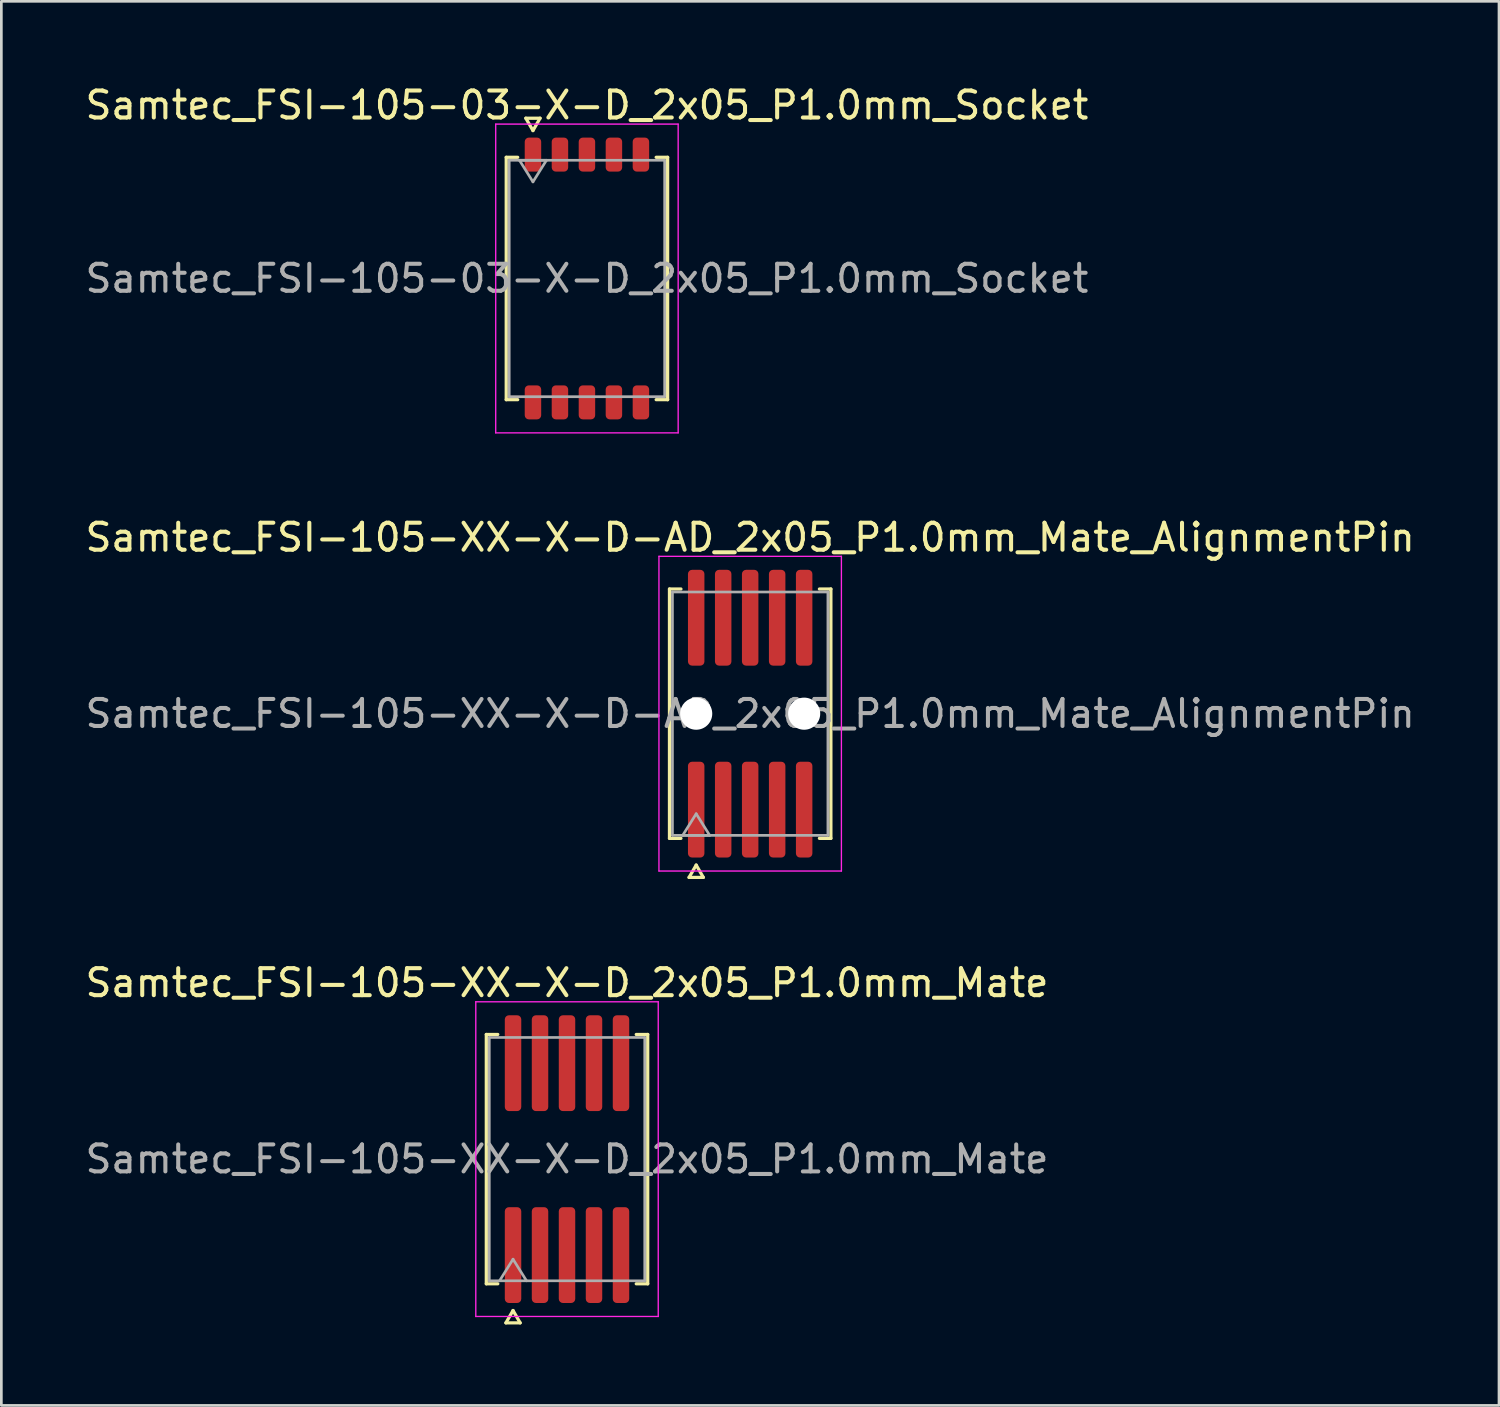
<source format=kicad_pcb>
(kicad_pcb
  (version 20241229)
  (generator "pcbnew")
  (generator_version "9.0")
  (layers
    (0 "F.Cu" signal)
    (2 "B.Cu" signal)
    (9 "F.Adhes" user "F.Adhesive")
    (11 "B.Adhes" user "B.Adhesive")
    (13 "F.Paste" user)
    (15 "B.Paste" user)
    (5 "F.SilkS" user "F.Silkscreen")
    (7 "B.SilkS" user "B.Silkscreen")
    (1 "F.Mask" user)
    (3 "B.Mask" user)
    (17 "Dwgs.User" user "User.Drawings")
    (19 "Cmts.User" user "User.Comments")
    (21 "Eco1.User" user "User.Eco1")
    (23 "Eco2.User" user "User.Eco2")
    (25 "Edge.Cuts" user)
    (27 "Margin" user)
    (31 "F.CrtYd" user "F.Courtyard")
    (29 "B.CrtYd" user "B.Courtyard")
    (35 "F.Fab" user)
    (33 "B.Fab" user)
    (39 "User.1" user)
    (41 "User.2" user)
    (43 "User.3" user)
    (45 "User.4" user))
  (footprint "Samtec_FSI-105-XX-X-D-AD_2x05_P1.0mm_Mate_AlignmentPin"
    (layer "F.Cu")
    (at 24.744 23.392)
    (property "Reference" "Samtec_FSI-105-XX-X-D-AD_2x05_P1.0mm_Mate_AlignmentPin" (at 0 -6.53 0) (layer "F.SilkS") (effects (font (size 1 1) (thickness 0.15))))
    (attr smd exclude_from_pos_files exclude_from_bom)
    (fp_line (start -2.99 -4.619) (end -2.565 -4.619) (stroke (width 0.12) (type solid)) (layer "F.SilkS"))
    (fp_line (start -2.99 4.619) (end -2.99 -4.619) (stroke (width 0.12) (type solid)) (layer "F.SilkS"))
    (fp_line (start -2.565 4.619) (end -2.99 4.619) (stroke (width 0.12) (type solid)) (layer "F.SilkS"))
    (fp_line (start -2.264 6.066) (end -2 5.609) (stroke (width 0.12) (type solid)) (layer "F.SilkS"))
    (fp_line (start -2 5.609) (end -1.736 6.066) (stroke (width 0.12) (type solid)) (layer "F.SilkS"))
    (fp_line (start -1.736 6.066) (end -2.264 6.066) (stroke (width 0.12) (type solid)) (layer "F.SilkS"))
    (fp_line (start 2.565 -4.619) (end 2.99 -4.619) (stroke (width 0.12) (type solid)) (layer "F.SilkS"))
    (fp_line (start 2.99 -4.619) (end 2.99 4.619) (stroke (width 0.12) (type solid)) (layer "F.SilkS"))
    (fp_line (start 2.99 4.619) (end 2.565 4.619) (stroke (width 0.12) (type solid)) (layer "F.SilkS"))
    (fp_line (start -3.38 -5.83) (end -3.38 5.83) (stroke (width 0.05) (type solid)) (layer "F.CrtYd"))
    (fp_line (start -3.38 5.83) (end 3.38 5.83) (stroke (width 0.05) (type solid)) (layer "F.CrtYd"))
    (fp_line (start 3.38 -5.83) (end -3.38 -5.83) (stroke (width 0.05) (type solid)) (layer "F.CrtYd"))
    (fp_line (start 3.38 5.83) (end 3.38 -5.83) (stroke (width 0.05) (type solid)) (layer "F.CrtYd"))
    (fp_line (start -2.88 -4.508) (end 2.88 -4.508) (stroke (width 0.1) (type solid)) (layer "F.Fab"))
    (fp_line (start -2.88 4.508) (end -2.88 -4.508) (stroke (width 0.1) (type solid)) (layer "F.Fab"))
    (fp_line (start -2.5 4.508) (end -2 3.708) (stroke (width 0.1) (type solid)) (layer "F.Fab"))
    (fp_line (start -2 3.708) (end -1.5 4.508) (stroke (width 0.1) (type solid)) (layer "F.Fab"))
    (fp_line (start -1.5 4.508) (end -2.5 4.508) (stroke (width 0.1) (type solid)) (layer "F.Fab"))
    (fp_line (start 2.88 -4.508) (end 2.88 4.508) (stroke (width 0.1) (type solid)) (layer "F.Fab"))
    (fp_line (start 2.88 4.508) (end -2.88 4.508) (stroke (width 0.1) (type solid)) (layer "F.Fab"))
    (fp_text user "${REFERENCE}" (at 0 0 0) (layer "F.Fab") (effects (font (size 1 1) (thickness 0.15))))
    (pad "" np_thru_hole circle (at -2 0) (size 1.19 1.19) (drill 1.19) (layers "*.Cu" "*.Mask"))
    (pad "" np_thru_hole circle (at 2 0) (size 1.19 1.19) (drill 1.19) (layers "*.Cu" "*.Mask"))
    (pad "1" smd roundrect (at -2 3.555) (size 0.61 3.55) (layers "F.Cu" "F.Mask") (roundrect_rratio 0.25))
    (pad "2" smd roundrect (at -2 -3.555) (size 0.61 3.55) (layers "F.Cu" "F.Mask") (roundrect_rratio 0.25))
    (pad "3" smd roundrect (at -1 3.555) (size 0.61 3.55) (layers "F.Cu" "F.Mask") (roundrect_rratio 0.25))
    (pad "4" smd roundrect (at -1 -3.555) (size 0.61 3.55) (layers "F.Cu" "F.Mask") (roundrect_rratio 0.25))
    (pad "5" smd roundrect (at 0 3.555) (size 0.61 3.55) (layers "F.Cu" "F.Mask") (roundrect_rratio 0.25))
    (pad "6" smd roundrect (at 0 -3.555) (size 0.61 3.55) (layers "F.Cu" "F.Mask") (roundrect_rratio 0.25))
    (pad "7" smd roundrect (at 1 3.555) (size 0.61 3.55) (layers "F.Cu" "F.Mask") (roundrect_rratio 0.25))
    (pad "8" smd roundrect (at 1 -3.555) (size 0.61 3.55) (layers "F.Cu" "F.Mask") (roundrect_rratio 0.25))
    (pad "9" smd roundrect (at 2 3.555) (size 0.61 3.55) (layers "F.Cu" "F.Mask") (roundrect_rratio 0.25))
    (pad "10" smd roundrect (at 2 -3.555) (size 0.61 3.55) (layers "F.Cu" "F.Mask") (roundrect_rratio 0.25)))
  (footprint "Samtec_FSI-105-XX-X-D_2x05_P1.0mm_Mate"
    (layer "F.Cu")
    (at 17.958 39.896)
    (property "Reference" "Samtec_FSI-105-XX-X-D_2x05_P1.0mm_Mate" (at 0 -6.53 0) (layer "F.SilkS") (effects (font (size 1 1) (thickness 0.15))))
    (attr smd exclude_from_pos_files exclude_from_bom)
    (fp_line (start -2.99 -4.619) (end -2.565 -4.619) (stroke (width 0.12) (type solid)) (layer "F.SilkS"))
    (fp_line (start -2.99 4.619) (end -2.99 -4.619) (stroke (width 0.12) (type solid)) (layer "F.SilkS"))
    (fp_line (start -2.565 4.619) (end -2.99 4.619) (stroke (width 0.12) (type solid)) (layer "F.SilkS"))
    (fp_line (start -2.264 6.066) (end -2 5.609) (stroke (width 0.12) (type solid)) (layer "F.SilkS"))
    (fp_line (start -2 5.609) (end -1.736 6.066) (stroke (width 0.12) (type solid)) (layer "F.SilkS"))
    (fp_line (start -1.736 6.066) (end -2.264 6.066) (stroke (width 0.12) (type solid)) (layer "F.SilkS"))
    (fp_line (start 2.565 -4.619) (end 2.99 -4.619) (stroke (width 0.12) (type solid)) (layer "F.SilkS"))
    (fp_line (start 2.99 -4.619) (end 2.99 4.619) (stroke (width 0.12) (type solid)) (layer "F.SilkS"))
    (fp_line (start 2.99 4.619) (end 2.565 4.619) (stroke (width 0.12) (type solid)) (layer "F.SilkS"))
    (fp_line (start -3.38 -5.83) (end -3.38 5.83) (stroke (width 0.05) (type solid)) (layer "F.CrtYd"))
    (fp_line (start -3.38 5.83) (end 3.38 5.83) (stroke (width 0.05) (type solid)) (layer "F.CrtYd"))
    (fp_line (start 3.38 -5.83) (end -3.38 -5.83) (stroke (width 0.05) (type solid)) (layer "F.CrtYd"))
    (fp_line (start 3.38 5.83) (end 3.38 -5.83) (stroke (width 0.05) (type solid)) (layer "F.CrtYd"))
    (fp_line (start -2.88 -4.508) (end 2.88 -4.508) (stroke (width 0.1) (type solid)) (layer "F.Fab"))
    (fp_line (start -2.88 4.508) (end -2.88 -4.508) (stroke (width 0.1) (type solid)) (layer "F.Fab"))
    (fp_line (start -2.5 4.508) (end -2 3.708) (stroke (width 0.1) (type solid)) (layer "F.Fab"))
    (fp_line (start -2 3.708) (end -1.5 4.508) (stroke (width 0.1) (type solid)) (layer "F.Fab"))
    (fp_line (start 2.88 -4.508) (end 2.88 4.508) (stroke (width 0.1) (type solid)) (layer "F.Fab"))
    (fp_line (start 2.88 4.508) (end -2.88 4.508) (stroke (width 0.1) (type solid)) (layer "F.Fab"))
    (fp_text user "${REFERENCE}" (at 0 0 0) (layer "F.Fab") (effects (font (size 1 1) (thickness 0.15))))
    (pad "1" smd roundrect (at -2 3.555) (size 0.61 3.55) (layers "F.Cu" "F.Mask") (roundrect_rratio 0.25))
    (pad "2" smd roundrect (at -2 -3.555) (size 0.61 3.55) (layers "F.Cu" "F.Mask") (roundrect_rratio 0.25))
    (pad "3" smd roundrect (at -1 3.555) (size 0.61 3.55) (layers "F.Cu" "F.Mask") (roundrect_rratio 0.25))
    (pad "4" smd roundrect (at -1 -3.555) (size 0.61 3.55) (layers "F.Cu" "F.Mask") (roundrect_rratio 0.25))
    (pad "5" smd roundrect (at 0 3.555) (size 0.61 3.55) (layers "F.Cu" "F.Mask") (roundrect_rratio 0.25))
    (pad "6" smd roundrect (at 0 -3.555) (size 0.61 3.55) (layers "F.Cu" "F.Mask") (roundrect_rratio 0.25))
    (pad "7" smd roundrect (at 1 3.555) (size 0.61 3.55) (layers "F.Cu" "F.Mask") (roundrect_rratio 0.25))
    (pad "8" smd roundrect (at 1 -3.555) (size 0.61 3.55) (layers "F.Cu" "F.Mask") (roundrect_rratio 0.25))
    (pad "9" smd roundrect (at 2 3.555) (size 0.61 3.55) (layers "F.Cu" "F.Mask") (roundrect_rratio 0.25))
    (pad "10" smd roundrect (at 2 -3.555) (size 0.61 3.55) (layers "F.Cu" "F.Mask") (roundrect_rratio 0.25)))
  (footprint "Samtec_FSI-105-03-X-D_2x05_P1.0mm_Socket"
    (layer "F.Cu")
    (at 18.696 7.268)
    (property "Reference" "Samtec_FSI-105-03-X-D_2x05_P1.0mm_Socket" (at 0 -6.42 0) (layer "F.SilkS") (effects (font (size 1 1) (thickness 0.15))))
    (attr smd)
    (fp_line (start -2.99 -4.49) (end -2.565 -4.49) (stroke (width 0.12) (type solid)) (layer "F.SilkS"))
    (fp_line (start -2.99 4.49) (end -2.99 -4.49) (stroke (width 0.12) (type solid)) (layer "F.SilkS"))
    (fp_line (start -2.565 4.49) (end -2.99 4.49) (stroke (width 0.12) (type solid)) (layer "F.SilkS"))
    (fp_line (start -2.264 -5.938) (end -2 -5.48) (stroke (width 0.12) (type solid)) (layer "F.SilkS"))
    (fp_line (start -2 -5.48) (end -1.736 -5.938) (stroke (width 0.12) (type solid)) (layer "F.SilkS"))
    (fp_line (start -1.736 -5.938) (end -2.264 -5.938) (stroke (width 0.12) (type solid)) (layer "F.SilkS"))
    (fp_line (start 2.565 -4.49) (end 2.99 -4.49) (stroke (width 0.12) (type solid)) (layer "F.SilkS"))
    (fp_line (start 2.99 -4.49) (end 2.99 4.49) (stroke (width 0.12) (type solid)) (layer "F.SilkS"))
    (fp_line (start 2.99 4.49) (end 2.565 4.49) (stroke (width 0.12) (type solid)) (layer "F.SilkS"))
    (fp_line (start -3.38 -5.72) (end -3.38 5.72) (stroke (width 0.05) (type solid)) (layer "F.CrtYd"))
    (fp_line (start -3.38 5.72) (end 3.38 5.72) (stroke (width 0.05) (type solid)) (layer "F.CrtYd"))
    (fp_line (start 3.38 -5.72) (end -3.38 -5.72) (stroke (width 0.05) (type solid)) (layer "F.CrtYd"))
    (fp_line (start 3.38 5.72) (end 3.38 -5.72) (stroke (width 0.05) (type solid)) (layer "F.CrtYd"))
    (fp_line (start -2.88 -4.38) (end 2.88 -4.38) (stroke (width 0.1) (type solid)) (layer "F.Fab"))
    (fp_line (start -2.88 4.38) (end -2.88 -4.38) (stroke (width 0.1) (type solid)) (layer "F.Fab"))
    (fp_line (start -2.5 -4.38) (end -2 -3.58) (stroke (width 0.1) (type solid)) (layer "F.Fab"))
    (fp_line (start -2 -3.58) (end -1.5 -4.38) (stroke (width 0.1) (type solid)) (layer "F.Fab"))
    (fp_line (start -1.5 -4.38) (end -2.5 -4.38) (stroke (width 0.1) (type solid)) (layer "F.Fab"))
    (fp_line (start 2.88 -4.38) (end 2.88 4.38) (stroke (width 0.1) (type solid)) (layer "F.Fab"))
    (fp_line (start 2.88 4.38) (end -2.88 4.38) (stroke (width 0.1) (type solid)) (layer "F.Fab"))
    (fp_text user "${REFERENCE}" (at 0 0 0) (layer "F.Fab") (effects (font (size 1 1) (thickness 0.15))))
    (pad "1" smd roundrect (at -2 -4.59) (size 0.61 1.26) (layers "F.Cu" "F.Mask" "F.Paste") (roundrect_rratio 0.25))
    (pad "2" smd roundrect (at -2 4.59) (size 0.61 1.26) (layers "F.Cu" "F.Mask" "F.Paste") (roundrect_rratio 0.25))
    (pad "3" smd roundrect (at -1 -4.59) (size 0.61 1.26) (layers "F.Cu" "F.Mask" "F.Paste") (roundrect_rratio 0.25))
    (pad "4" smd roundrect (at -1 4.59) (size 0.61 1.26) (layers "F.Cu" "F.Mask" "F.Paste") (roundrect_rratio 0.25))
    (pad "5" smd roundrect (at 0 -4.59) (size 0.61 1.26) (layers "F.Cu" "F.Mask" "F.Paste") (roundrect_rratio 0.25))
    (pad "6" smd roundrect (at 0 4.59) (size 0.61 1.26) (layers "F.Cu" "F.Mask" "F.Paste") (roundrect_rratio 0.25))
    (pad "7" smd roundrect (at 1 -4.59) (size 0.61 1.26) (layers "F.Cu" "F.Mask" "F.Paste") (roundrect_rratio 0.25))
    (pad "8" smd roundrect (at 1 4.59) (size 0.61 1.26) (layers "F.Cu" "F.Mask" "F.Paste") (roundrect_rratio 0.25))
    (pad "9" smd roundrect (at 2 -4.59) (size 0.61 1.26) (layers "F.Cu" "F.Mask" "F.Paste") (roundrect_rratio 0.25))
    (pad "10" smd roundrect (at 2 4.59) (size 0.61 1.26) (layers "F.Cu" "F.Mask" "F.Paste") (roundrect_rratio 0.25)))
  (gr_rect
    (start -3 -3)
    (end 52.488 49.022)
    (stroke (width 0.1) (type default))
    (fill no)
    (layer "Edge.Cuts")))
</source>
